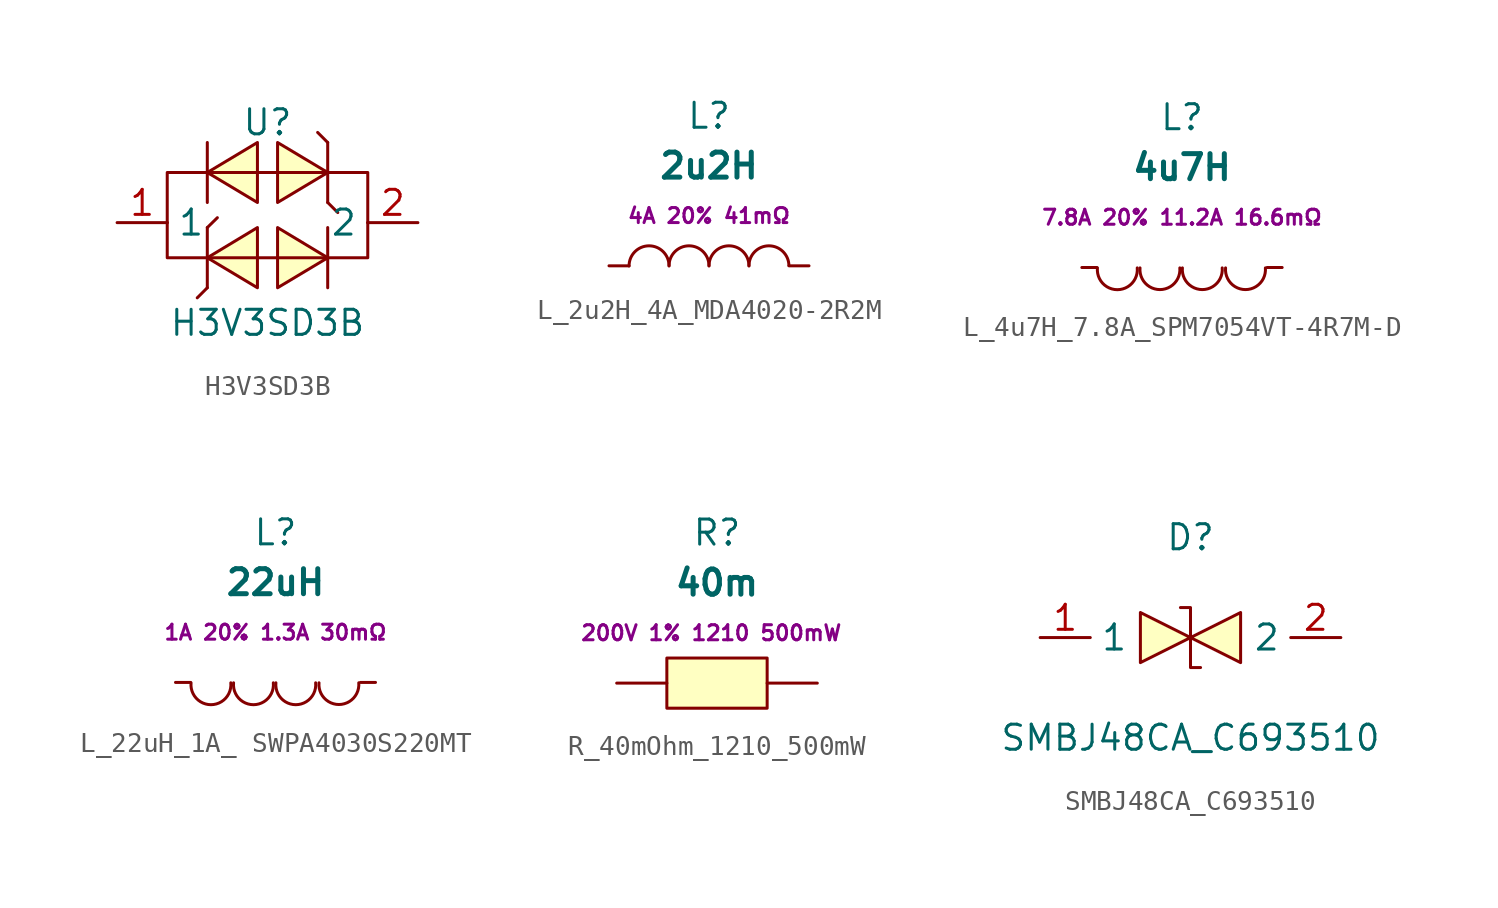
<source format=kicad_sym>
(kicad_symbol_lib
  (version 20231120)
  (generator "kicad_symbol_editor")
  (generator_version "8.0")
  (symbol "H3V3SD3B"
    (property "Reference" "U"
      (at 0 5.08 0)
      (effects (font (size 1.27 1.27))))
    (property "Value" "H3V3SD3B"
      (at 0 -5.08 0)
      (effects (font (size 1.27 1.27))))
    (symbol "H3V3SD3B_0_1"
      (polyline (pts (xy -3.05 -3.3) (xy -3.05 -0.25)) (stroke (width 0) (type default)) (fill (type none)))
      (polyline (pts (xy -3.05 1.02) (xy -3.05 4.06)) (stroke (width 0) (type default)) (fill (type none)))
      (polyline (pts (xy 3.05 -3.3) (xy 3.05 -0.25)) (stroke (width 0) (type default)) (fill (type none)))
      (polyline (pts (xy 3.05 1.02) (xy 3.05 4.06)) (stroke (width 0) (type default)) (fill (type none)))
      (polyline (pts (xy -3.05 -3.3) (xy -3.56 -3.81) (xy -3.05 -3.3)) (stroke (width 0) (type default)) (fill (type background)))
      (polyline (pts (xy -3.05 -0.25) (xy -2.54 0.25) (xy -3.05 -0.25)) (stroke (width 0) (type default)) (fill (type background)))
      (polyline (pts (xy 3.05 1.02) (xy 3.56 0.51) (xy 3.05 1.02)) (stroke (width 0) (type default)) (fill (type background)))
      (polyline (pts (xy 3.05 4.06) (xy 2.54 4.57) (xy 3.05 4.06)) (stroke (width 0) (type default)) (fill (type background)))
      (polyline (pts (xy -5.08 0) (xy -5.08 -1.78) (xy 5.08 -1.78) (xy 5.08 0)) (stroke (width 0) (type default)) (fill (type none)))
      (polyline (pts (xy -0.51 -0.25) (xy -3.05 -1.78) (xy -0.51 -3.3) (xy -0.51 -0.25)) (stroke (width 0) (type default)) (fill (type background)))
      (polyline (pts (xy -0.51 4.06) (xy -3.05 2.54) (xy -0.51 1.02) (xy -0.51 4.06)) (stroke (width 0) (type default)) (fill (type background)))
      (polyline (pts (xy 0.51 -0.25) (xy 3.05 -1.78) (xy 0.51 -3.3) (xy 0.51 -0.25)) (stroke (width 0) (type default)) (fill (type background)))
      (polyline (pts (xy 0.51 4.06) (xy 3.05 2.54) (xy 0.51 1.02) (xy 0.51 4.06)) (stroke (width 0) (type default)) (fill (type background)))
      (polyline (pts (xy 5.08 0) (xy 5.08 2.54) (xy -5.08 2.54) (xy -5.08 0)) (stroke (width 0) (type default)) (fill (type none)))
      (pin unspecified line (at -7.62 0 0) (length 2.54) (name "1" (effects (font (size 1.27 1.27)))) (number "1" (effects (font (size 1.27 1.27)))))
      (pin unspecified line (at 7.62 0 180) (length 2.54) (name "2" (effects (font (size 1.27 1.27)))) (number "2" (effects (font (size 1.27 1.27)))))))
  (symbol "L_2u2H_4A_MDA4020-2R2M"
    (pin_numbers hide)
    (pin_names hide)
    (property "Reference" "L"
      (at 0 7.62 0)
      (effects (font (size 1.27 1.27))))
    (property "Value" "2u2H"
      (at 0 5.08 0)
      (effects (font (size 1.27 1.27) (bold yes))))
    (property "Extra Values" "4A 20% 41mΩ"
      (at 0 2.54 0)
      (effects (font (size 0.762 0.762) (bold yes))))
    (symbol "L_2u2H_4A_MDA4020-2R2M_0_1"
      (arc (start -2.03 0.01) (mid -3.055 1.013) (end -4.06 -0.01) (stroke (width 0) (type default)) (fill (type none)))
      (arc (start 0 0.01) (mid -1.025 1.013) (end -2.03 -0.01) (stroke (width 0) (type default)) (fill (type none)))
      (arc (start 2.03 0.01) (mid 1.005 1.013) (end 0 -0.01) (stroke (width 0) (type default)) (fill (type none)))
      (arc (start 4.06 0.01) (mid 3.035 1.013) (end 2.03 -0.01) (stroke (width 0) (type default)) (fill (type none))))
    (symbol "L_2u2H_4A_MDA4020-2R2M_1_1"
      (pin passive line (at -5.08 0 0) (length 1.016) (name "1" (effects (font (size 1.27 1.27)))) (number "1" (effects (font (size 1.27 1.27)))))
      (pin passive line (at 5.08 0 180) (length 1.016) (name "2" (effects (font (size 1.27 1.27)))) (number "2" (effects (font (size 1.27 1.27)))))))
  (symbol "L_4u7H_7.8A_SPM7054VT-4R7M-D"
    (pin_numbers hide)
    (pin_names hide)
    (property "Reference" "L"
      (at 0 7.62 0)
      (effects (font (size 1.27 1.27))))
    (property "Value" "4u7H"
      (at 0 5.08 0)
      (effects (font (size 1.27 1.27) (bold yes))))
    (property "Extra Value" "7.8A 20% 11.2A 16.6mΩ"
      (at 0 2.54 0)
      (effects (font (size 0.762 0.762))))
    (symbol "L_4u7H_7.8A_SPM7054VT-4R7M-D_0_1"
      (arc (start -4.29 -0.02) (mid -2.81 -1.01) (end -2.27 -0.02) (stroke (width 0) (type default)) (fill (type none)))
      (arc (start -2.13 -0.02) (mid -0.66 -1.01) (end -0.11 -0.02) (stroke (width 0) (type default)) (fill (type none)))
      (arc (start 0.02 -0.02) (mid 1.49 -1.01) (end 2.04 -0.02) (stroke (width 0) (type default)) (fill (type none)))
      (arc (start 2.21 -0.02) (mid 3.68 -1.01) (end 4.23 -0.02) (stroke (width 0) (type default)) (fill (type none))))
    (symbol "L_4u7H_7.8A_SPM7054VT-4R7M-D_1_1"
      (pin passive line (at -5.08 0 0) (length 0.762) (name "1" (effects (font (size 1.27 1.27)))) (number "1" (effects (font (size 1.27 1.27)))))
      (pin passive line (at 5.08 0 180) (length 0.762) (name "2" (effects (font (size 1.27 1.27)))) (number "2" (effects (font (size 1.27 1.27)))))))
  (symbol "L_22uH_1A_ SWPA4030S220MT"
    (pin_numbers hide)
    (pin_names hide)
    (property "Reference" "L"
      (at 0 7.62 0)
      (effects (font (size 1.27 1.27))))
    (property "Value" "22uH"
      (at 0 5.08 0)
      (effects (font (size 1.27 1.27) (bold yes))))
    (property "Extra Values" "1A 20% 1.3A 30mΩ"
      (at 0 2.54 0)
      (effects (font (size 0.762 0.762) (bold yes))))
    (symbol "L_22uH_1A_ SWPA4030S220MT_0_1"
      (arc (start -4.29 -0.02) (mid -2.52 -0.79) (end -2.27 -0.02) (stroke (width 0) (type default)) (fill (type none)))
      (arc (start -2.13 -0.02) (mid -0.36 -0.79) (end -0.11 -0.02) (stroke (width 0) (type default)) (fill (type none)))
      (arc (start 0.02 -0.02) (mid 1.79 -0.79) (end 2.04 -0.02) (stroke (width 0) (type default)) (fill (type none)))
      (arc (start 2.21 -0.02) (mid 3.3 -1.12) (end 4.23 -0.02) (stroke (width 0) (type default)) (fill (type none))))
    (symbol "L_22uH_1A_ SWPA4030S220MT_1_1"
      (pin passive line (at -5.08 0 0) (length 0.762) (name "1" (effects (font (size 1.27 1.27)))) (number "1" (effects (font (size 1.27 1.27)))))
      (pin passive line (at 5.08 0 180) (length 0.762) (name "2" (effects (font (size 1.27 1.27)))) (number "2" (effects (font (size 1.27 1.27)))))))
  (symbol "R_40mOhm_1210_500mW"
    (pin_numbers hide)
    (pin_names hide)
    (property "Reference" "R"
      (at 0 7.62 0)
      (effects (font (size 1.27 1.27))))
    (property "Value" "40m"
      (at 0 5.08 0)
      (effects (font (size 1.27 1.27) (bold yes))))
    (property "Extra Values" "200V 1% 1210 500mW "
      (at 0 2.54 0)
      (effects (font (size 0.762 0.762) (bold yes))))
    (symbol "R_40mOhm_1210_500mW_0_1"
      (rectangle (start -2.54 1.27) (end 2.54 -1.27) (stroke (width 0) (type default)) (fill (type background))))
    (symbol "R_40mOhm_1210_500mW_1_1"
      (pin passive line (at -5.08 0 0) (length 2.54) (name "1" (effects (font (size 1.27 1.27)))) (number "1" (effects (font (size 1.27 1.27)))))
      (pin passive line (at 5.08 0 180) (length 2.54) (name "2" (effects (font (size 1.27 1.27)))) (number "2" (effects (font (size 1.27 1.27)))))))
  (symbol "SMBJ48CA_C693510"
    (property "Reference" "D"
      (at 0 5.08 0)
      (effects (font (size 1.27 1.27))))
    (property "Value" "SMBJ48CA_C693510"
      (at 0 -5.08 0)
      (effects (font (size 1.27 1.27))))
    (symbol "SMBJ48CA_C693510_0_1"
      (polyline (pts (xy -2.54 1.27) (xy 0 0) (xy -2.54 -1.27) (xy -2.54 1.27)) (stroke (width 0) (type default)) (fill (type background)))
      (polyline (pts (xy 2.54 1.27) (xy 0 0) (xy 2.54 -1.27) (xy 2.54 1.27)) (stroke (width 0) (type default)) (fill (type background)))
      (polyline (pts (xy -0.51 1.52) (xy -0.51 1.52) (xy 0 1.52) (xy 0 -1.52) (xy 0.51 -1.52) (xy 0.51 -1.52)) (stroke (width 0) (type default)) (fill (type none)))
      (pin unspecified line (at -7.62 0 0) (length 2.54) (name "1" (effects (font (size 1.27 1.27)))) (number "1" (effects (font (size 1.27 1.27)))))
      (pin unspecified line (at 7.62 0 180) (length 2.54) (name "2" (effects (font (size 1.27 1.27)))) (number "2" (effects (font (size 1.27 1.27))))))))
</source>
